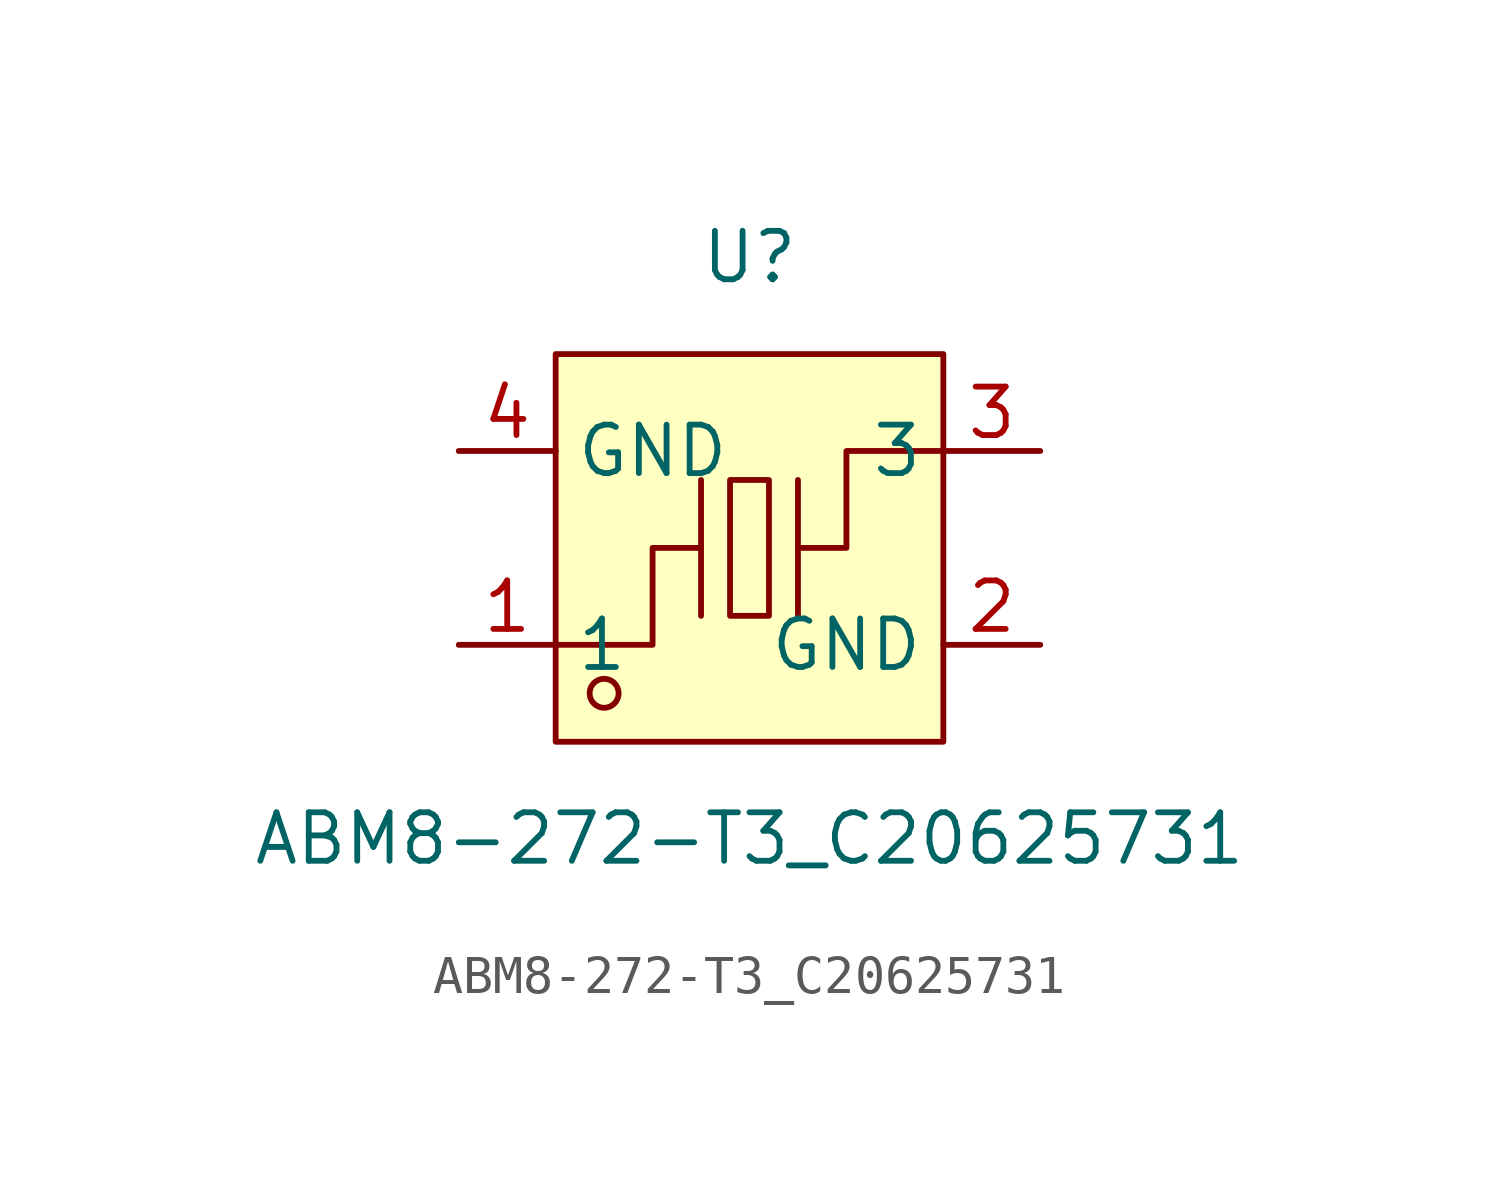
<source format=kicad_sym>
(kicad_symbol_lib
  (version 20231120)
  (generator "kicad_symbol_editor")
  (generator_version "8.0")
  (symbol "ABM8-272-T3_C20625731"
    (property "Reference" "U"
      (at 0 7.62 0)
      (effects (font (size 1.27 1.27))))
    (property "Value" "ABM8-272-T3_C20625731"
      (at 0 -7.62 0)
      (effects (font (size 1.27 1.27))))
    (symbol "ABM8-272-T3_C20625731_0_1"
      (rectangle (start -5.08 5.08) (end 5.08 -5.08) (stroke (width 0) (type default)) (fill (type background)))
      (circle (center -3.81 -3.81) (radius 0.38) (stroke (width 0) (type default)) (fill (type none)))
      (rectangle (start -0.51 1.78) (end 0.51 -1.78) (stroke (width 0) (type default)) (fill (type background)))
      (polyline (pts (xy -1.27 -1.78) (xy -1.27 1.78)) (stroke (width 0) (type default)) (fill (type none)))
      (polyline (pts (xy 1.27 -1.78) (xy 1.27 1.78)) (stroke (width 0) (type default)) (fill (type none)))
      (polyline (pts (xy -5.08 -2.54) (xy -2.54 -2.54) (xy -2.54 0) (xy -1.27 0)) (stroke (width 0) (type default)) (fill (type none)))
      (polyline (pts (xy 5.08 2.54) (xy 2.54 2.54) (xy 2.54 0) (xy 1.27 0)) (stroke (width 0) (type default)) (fill (type none)))
      (pin passive line (at -7.62 -2.54 0) (length 2.54) (name "1" (effects (font (size 1.27 1.27)))) (number "1" (effects (font (size 1.27 1.27)))))
      (pin power_in line (at 7.62 -2.54 180) (length 2.54) (name "GND" (effects (font (size 1.27 1.27)))) (number "2" (effects (font (size 1.27 1.27)))))
      (pin passive line (at 7.62 2.54 180) (length 2.54) (name "3" (effects (font (size 1.27 1.27)))) (number "3" (effects (font (size 1.27 1.27)))))
      (pin power_out line (at -7.62 2.54 0) (length 2.54) (name "GND" (effects (font (size 1.27 1.27)))) (number "4" (effects (font (size 1.27 1.27))))))))
</source>
